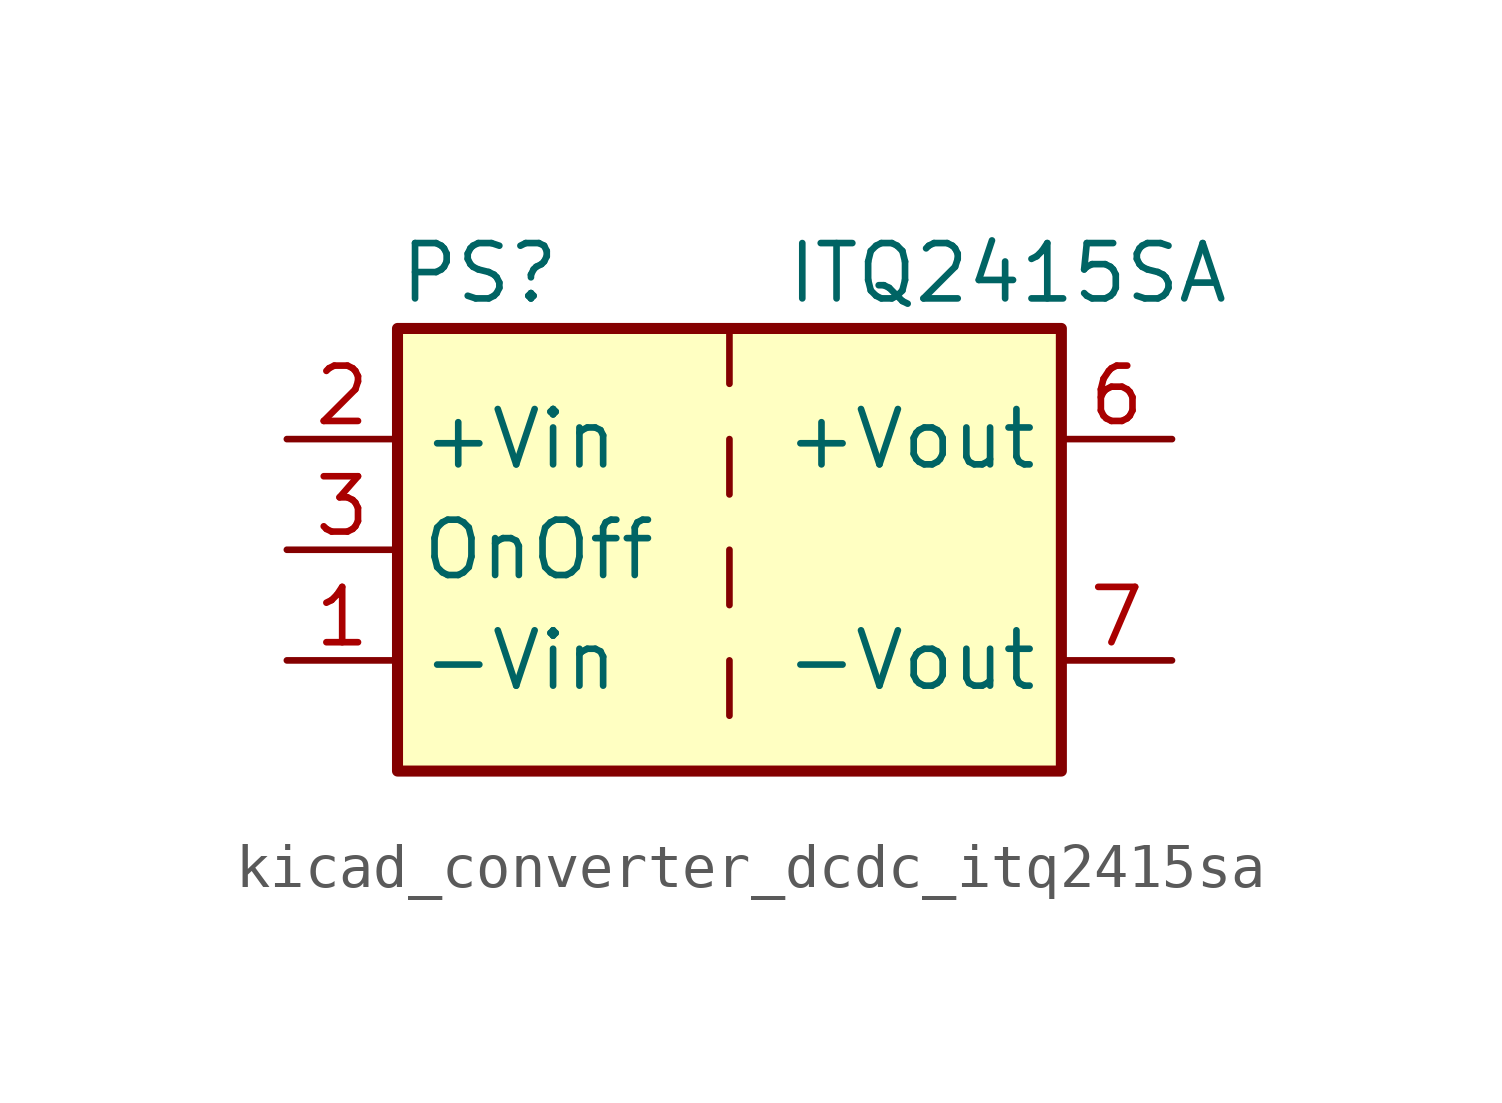
<source format=kicad_sym>
(kicad_symbol_lib
  (version 20220914)
  (generator kicad_symbol_editor)
  (symbol "kicad_converter_dcdc_itq2415sa"
    (property "Reference" "PS"
      (at -7.62 6.35 0)
      (effects (font (size 1.27 1.27)) (justify left)))
    (property "Value" "ITQ2415SA"
      (at 1.27 6.35 0)
      (effects (font (size 1.27 1.27)) (justify left)))
    (symbol "kicad_converter_dcdc_itq2415sa_0_0"
      (pin power_in line (at -10.16 -2.54 0) (length 2.54) (name "-Vin" (effects (font (size 1.27 1.27)))) (number "1" (effects (font (size 1.27 1.27)))))
      (pin power_in line (at -10.16 2.54 0) (length 2.54) (name "+Vin" (effects (font (size 1.27 1.27)))) (number "2" (effects (font (size 1.27 1.27)))))
      (pin input line (at -10.16 0 0) (length 2.54) (name "OnOff" (effects (font (size 1.27 1.27)))) (number "3" (effects (font (size 1.27 1.27)))))
      (pin no_connect line (at 0 5.08 270) (length 2.54) hide (name "NC" (effects (font (size 1.27 1.27)))) (number "5" (effects (font (size 1.27 1.27)))))
      (pin power_out line (at 10.16 2.54 180) (length 2.54) (name "+Vout" (effects (font (size 1.27 1.27)))) (number "6" (effects (font (size 1.27 1.27)))))
      (pin power_out line (at 10.16 -2.54 180) (length 2.54) (name "-Vout" (effects (font (size 1.27 1.27)))) (number "7" (effects (font (size 1.27 1.27)))))
      (pin no_connect line (at 7.62 0 180) (length 2.54) hide (name "NC" (effects (font (size 1.27 1.27)))) (number "8" (effects (font (size 1.27 1.27))))))
    (symbol "kicad_converter_dcdc_itq2415sa_0_1"
      (rectangle (start -7.62 5.08) (end 7.62 -5.08) (stroke (width 0.254) (type default)) (fill (type background)))
      (polyline (pts (xy 0 -2.54) (xy 0 -3.81)) (stroke (width 0) (type default)) (fill (type none)))
      (polyline (pts (xy 0 0) (xy 0 -1.27)) (stroke (width 0) (type default)) (fill (type none)))
      (polyline (pts (xy 0 2.54) (xy 0 1.27)) (stroke (width 0) (type default)) (fill (type none)))
      (polyline (pts (xy 0 5.08) (xy 0 3.81)) (stroke (width 0) (type default)) (fill (type none))))))
</source>
